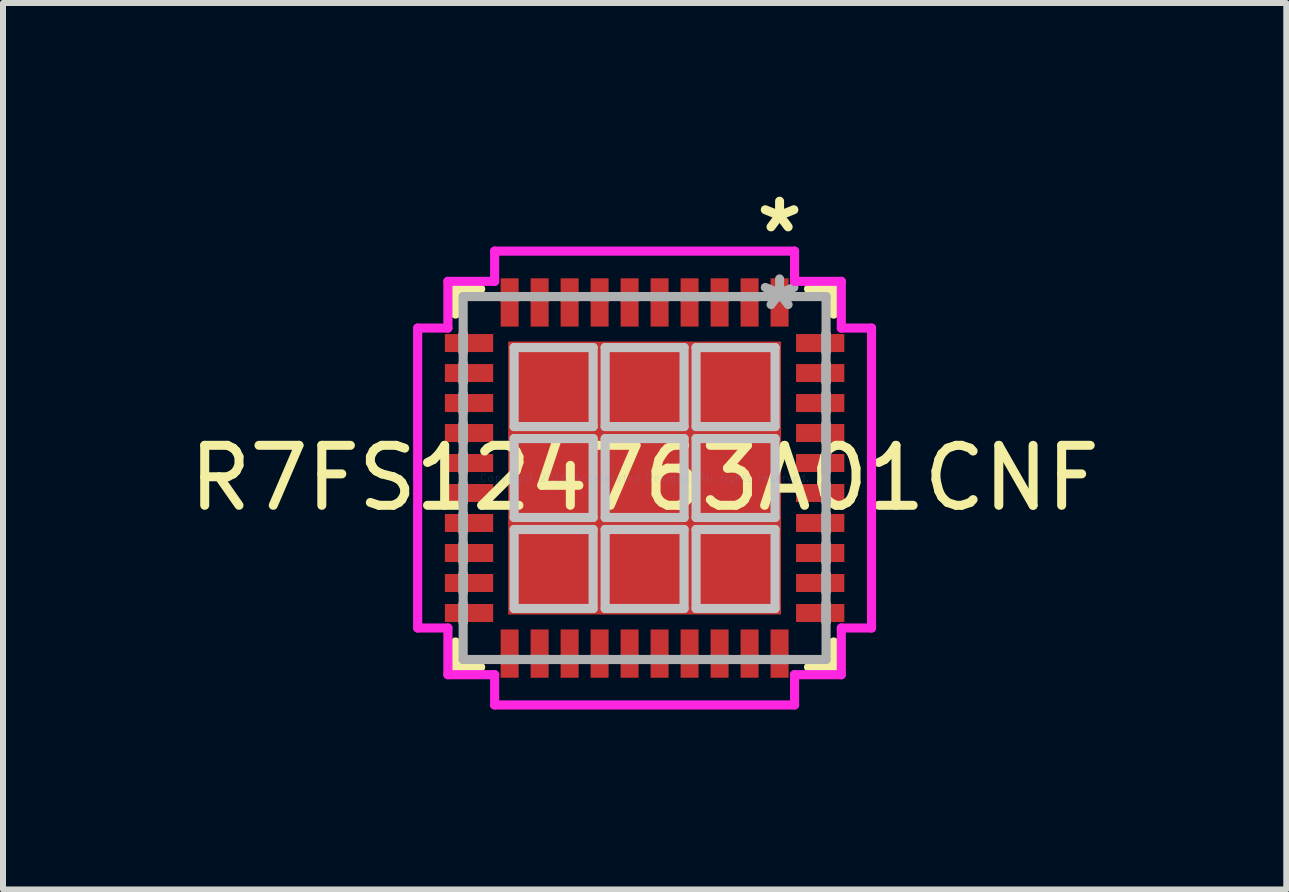
<source format=kicad_pcb>
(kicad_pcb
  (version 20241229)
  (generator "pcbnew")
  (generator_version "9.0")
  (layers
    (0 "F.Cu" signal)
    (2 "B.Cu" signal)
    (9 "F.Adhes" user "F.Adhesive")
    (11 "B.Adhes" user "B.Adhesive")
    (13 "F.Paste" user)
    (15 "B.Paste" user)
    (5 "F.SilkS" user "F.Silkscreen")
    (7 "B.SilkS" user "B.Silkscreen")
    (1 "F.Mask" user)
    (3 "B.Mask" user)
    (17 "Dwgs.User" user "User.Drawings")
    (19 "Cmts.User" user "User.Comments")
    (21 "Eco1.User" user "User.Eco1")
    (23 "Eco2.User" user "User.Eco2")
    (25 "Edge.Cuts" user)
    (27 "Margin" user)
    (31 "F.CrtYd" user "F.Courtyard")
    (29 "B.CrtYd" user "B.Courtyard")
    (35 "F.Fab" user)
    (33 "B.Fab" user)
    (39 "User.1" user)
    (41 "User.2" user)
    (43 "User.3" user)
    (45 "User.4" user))
  (footprint "R7FS124763A01CNF"
    (layer "F.Cu")
    (at 7.696 4.919)
    (property "Reference" "R7FS124763A01CNF" (at 0 0 0) (layer "F.SilkS") (effects (font (size 1 1) (thickness 0.15))))
    (attr through_hole)
    (fp_line (start -3.152 -3.152) (end -3.152 -2.733) (stroke (width 0.152) (type solid)) (layer "F.SilkS"))
    (fp_line (start -3.152 2.733) (end -3.152 3.152) (stroke (width 0.152) (type solid)) (layer "F.SilkS"))
    (fp_line (start -3.152 3.152) (end -2.733 3.152) (stroke (width 0.152) (type solid)) (layer "F.SilkS"))
    (fp_line (start -2.733 -3.152) (end -3.152 -3.152) (stroke (width 0.152) (type solid)) (layer "F.SilkS"))
    (fp_line (start 2.733 3.152) (end 3.152 3.152) (stroke (width 0.152) (type solid)) (layer "F.SilkS"))
    (fp_line (start 3.152 -3.152) (end 2.733 -3.152) (stroke (width 0.152) (type solid)) (layer "F.SilkS"))
    (fp_line (start 3.152 -2.733) (end 3.152 -3.152) (stroke (width 0.152) (type solid)) (layer "F.SilkS"))
    (fp_line (start 3.152 3.152) (end 3.152 2.733) (stroke (width 0.152) (type solid)) (layer "F.SilkS"))
    (fp_line (start -2.175 -2.175) (end -2.175 -0.858) (stroke (width 0.152) (type solid)) (layer "Dwgs.User"))
    (fp_line (start -2.175 -0.858) (end -0.858 -0.858) (stroke (width 0.152) (type solid)) (layer "Dwgs.User"))
    (fp_line (start -2.175 -0.658) (end -2.175 0.658) (stroke (width 0.152) (type solid)) (layer "Dwgs.User"))
    (fp_line (start -2.175 0.658) (end -0.858 0.658) (stroke (width 0.152) (type solid)) (layer "Dwgs.User"))
    (fp_line (start -2.175 0.858) (end -2.175 2.175) (stroke (width 0.152) (type solid)) (layer "Dwgs.User"))
    (fp_line (start -2.175 2.175) (end -0.858 2.175) (stroke (width 0.152) (type solid)) (layer "Dwgs.User"))
    (fp_line (start -0.858 -2.175) (end -2.175 -2.175) (stroke (width 0.152) (type solid)) (layer "Dwgs.User"))
    (fp_line (start -0.858 -0.858) (end -0.858 -2.175) (stroke (width 0.152) (type solid)) (layer "Dwgs.User"))
    (fp_line (start -0.858 -0.658) (end -2.175 -0.658) (stroke (width 0.152) (type solid)) (layer "Dwgs.User"))
    (fp_line (start -0.858 0.658) (end -0.858 -0.658) (stroke (width 0.152) (type solid)) (layer "Dwgs.User"))
    (fp_line (start -0.858 0.858) (end -2.175 0.858) (stroke (width 0.152) (type solid)) (layer "Dwgs.User"))
    (fp_line (start -0.858 2.175) (end -0.858 0.858) (stroke (width 0.152) (type solid)) (layer "Dwgs.User"))
    (fp_line (start -0.658 -2.175) (end -0.658 -0.858) (stroke (width 0.152) (type solid)) (layer "Dwgs.User"))
    (fp_line (start -0.658 -0.858) (end 0.658 -0.858) (stroke (width 0.152) (type solid)) (layer "Dwgs.User"))
    (fp_line (start -0.658 -0.658) (end -0.658 0.658) (stroke (width 0.152) (type solid)) (layer "Dwgs.User"))
    (fp_line (start -0.658 0.658) (end 0.658 0.658) (stroke (width 0.152) (type solid)) (layer "Dwgs.User"))
    (fp_line (start -0.658 0.858) (end -0.658 2.175) (stroke (width 0.152) (type solid)) (layer "Dwgs.User"))
    (fp_line (start -0.658 2.175) (end 0.658 2.175) (stroke (width 0.152) (type solid)) (layer "Dwgs.User"))
    (fp_line (start 0.658 -2.175) (end -0.658 -2.175) (stroke (width 0.152) (type solid)) (layer "Dwgs.User"))
    (fp_line (start 0.658 -0.858) (end 0.658 -2.175) (stroke (width 0.152) (type solid)) (layer "Dwgs.User"))
    (fp_line (start 0.658 -0.658) (end -0.658 -0.658) (stroke (width 0.152) (type solid)) (layer "Dwgs.User"))
    (fp_line (start 0.658 0.658) (end 0.658 -0.658) (stroke (width 0.152) (type solid)) (layer "Dwgs.User"))
    (fp_line (start 0.658 0.858) (end -0.658 0.858) (stroke (width 0.152) (type solid)) (layer "Dwgs.User"))
    (fp_line (start 0.658 2.175) (end 0.658 0.858) (stroke (width 0.152) (type solid)) (layer "Dwgs.User"))
    (fp_line (start 0.858 -2.175) (end 0.858 -0.858) (stroke (width 0.152) (type solid)) (layer "Dwgs.User"))
    (fp_line (start 0.858 -0.858) (end 2.175 -0.858) (stroke (width 0.152) (type solid)) (layer "Dwgs.User"))
    (fp_line (start 0.858 -0.658) (end 0.858 0.658) (stroke (width 0.152) (type solid)) (layer "Dwgs.User"))
    (fp_line (start 0.858 0.658) (end 2.175 0.658) (stroke (width 0.152) (type solid)) (layer "Dwgs.User"))
    (fp_line (start 0.858 0.858) (end 0.858 2.175) (stroke (width 0.152) (type solid)) (layer "Dwgs.User"))
    (fp_line (start 0.858 2.175) (end 2.175 2.175) (stroke (width 0.152) (type solid)) (layer "Dwgs.User"))
    (fp_line (start 2.175 -2.175) (end 0.858 -2.175) (stroke (width 0.152) (type solid)) (layer "Dwgs.User"))
    (fp_line (start 2.175 -0.858) (end 2.175 -2.175) (stroke (width 0.152) (type solid)) (layer "Dwgs.User"))
    (fp_line (start 2.175 -0.658) (end 0.858 -0.658) (stroke (width 0.152) (type solid)) (layer "Dwgs.User"))
    (fp_line (start 2.175 0.658) (end 2.175 -0.658) (stroke (width 0.152) (type solid)) (layer "Dwgs.User"))
    (fp_line (start 2.175 0.858) (end 0.858 0.858) (stroke (width 0.152) (type solid)) (layer "Dwgs.User"))
    (fp_line (start 2.175 2.175) (end 2.175 0.858) (stroke (width 0.152) (type solid)) (layer "Dwgs.User"))
    (fp_line (start -3.783 -2.5) (end -3.279 -2.5) (stroke (width 0.152) (type solid)) (layer "F.CrtYd"))
    (fp_line (start -3.783 2.5) (end -3.783 -2.5) (stroke (width 0.152) (type solid)) (layer "F.CrtYd"))
    (fp_line (start -3.279 -3.279) (end -2.5 -3.279) (stroke (width 0.152) (type solid)) (layer "F.CrtYd"))
    (fp_line (start -3.279 -2.5) (end -3.279 -3.279) (stroke (width 0.152) (type solid)) (layer "F.CrtYd"))
    (fp_line (start -3.279 2.5) (end -3.783 2.5) (stroke (width 0.152) (type solid)) (layer "F.CrtYd"))
    (fp_line (start -3.279 3.279) (end -3.279 2.5) (stroke (width 0.152) (type solid)) (layer "F.CrtYd"))
    (fp_line (start -2.5 -3.783) (end 2.5 -3.783) (stroke (width 0.152) (type solid)) (layer "F.CrtYd"))
    (fp_line (start -2.5 -3.279) (end -2.5 -3.783) (stroke (width 0.152) (type solid)) (layer "F.CrtYd"))
    (fp_line (start -2.5 3.279) (end -3.279 3.279) (stroke (width 0.152) (type solid)) (layer "F.CrtYd"))
    (fp_line (start -2.5 3.783) (end -2.5 3.279) (stroke (width 0.152) (type solid)) (layer "F.CrtYd"))
    (fp_line (start 2.5 -3.783) (end 2.5 -3.279) (stroke (width 0.152) (type solid)) (layer "F.CrtYd"))
    (fp_line (start 2.5 -3.279) (end 3.279 -3.279) (stroke (width 0.152) (type solid)) (layer "F.CrtYd"))
    (fp_line (start 2.5 3.279) (end 2.5 3.783) (stroke (width 0.152) (type solid)) (layer "F.CrtYd"))
    (fp_line (start 2.5 3.783) (end -2.5 3.783) (stroke (width 0.152) (type solid)) (layer "F.CrtYd"))
    (fp_line (start 3.279 -3.279) (end 3.279 -2.5) (stroke (width 0.152) (type solid)) (layer "F.CrtYd"))
    (fp_line (start 3.279 -2.5) (end 3.783 -2.5) (stroke (width 0.152) (type solid)) (layer "F.CrtYd"))
    (fp_line (start 3.279 2.5) (end 3.279 3.279) (stroke (width 0.152) (type solid)) (layer "F.CrtYd"))
    (fp_line (start 3.279 3.279) (end 2.5 3.279) (stroke (width 0.152) (type solid)) (layer "F.CrtYd"))
    (fp_line (start 3.783 -2.5) (end 3.783 2.5) (stroke (width 0.152) (type solid)) (layer "F.CrtYd"))
    (fp_line (start 3.783 2.5) (end 3.279 2.5) (stroke (width 0.152) (type solid)) (layer "F.CrtYd"))
    (fp_line (start -3.025 -3.025) (end -3.025 3.025) (stroke (width 0.152) (type solid)) (layer "F.Fab"))
    (fp_line (start -3.025 -2.4) (end -3.025 -2.4) (stroke (width 0.152) (type solid)) (layer "F.Fab"))
    (fp_line (start -3.025 -2.4) (end -3.025 -2.1) (stroke (width 0.152) (type solid)) (layer "F.Fab"))
    (fp_line (start -3.025 -2.1) (end -3.025 -2.4) (stroke (width 0.152) (type solid)) (layer "F.Fab"))
    (fp_line (start -3.025 -2.1) (end -3.025 -2.1) (stroke (width 0.152) (type solid)) (layer "F.Fab"))
    (fp_line (start -3.025 -1.9) (end -3.025 -1.9) (stroke (width 0.152) (type solid)) (layer "F.Fab"))
    (fp_line (start -3.025 -1.9) (end -3.025 -1.6) (stroke (width 0.152) (type solid)) (layer "F.Fab"))
    (fp_line (start -3.025 -1.6) (end -3.025 -1.9) (stroke (width 0.152) (type solid)) (layer "F.Fab"))
    (fp_line (start -3.025 -1.6) (end -3.025 -1.6) (stroke (width 0.152) (type solid)) (layer "F.Fab"))
    (fp_line (start -3.025 -1.4) (end -3.025 -1.4) (stroke (width 0.152) (type solid)) (layer "F.Fab"))
    (fp_line (start -3.025 -1.4) (end -3.025 -1.1) (stroke (width 0.152) (type solid)) (layer "F.Fab"))
    (fp_line (start -3.025 -1.1) (end -3.025 -1.4) (stroke (width 0.152) (type solid)) (layer "F.Fab"))
    (fp_line (start -3.025 -1.1) (end -3.025 -1.1) (stroke (width 0.152) (type solid)) (layer "F.Fab"))
    (fp_line (start -3.025 -0.9) (end -3.025 -0.9) (stroke (width 0.152) (type solid)) (layer "F.Fab"))
    (fp_line (start -3.025 -0.9) (end -3.025 -0.6) (stroke (width 0.152) (type solid)) (layer "F.Fab"))
    (fp_line (start -3.025 -0.6) (end -3.025 -0.9) (stroke (width 0.152) (type solid)) (layer "F.Fab"))
    (fp_line (start -3.025 -0.6) (end -3.025 -0.6) (stroke (width 0.152) (type solid)) (layer "F.Fab"))
    (fp_line (start -3.025 -0.4) (end -3.025 -0.4) (stroke (width 0.152) (type solid)) (layer "F.Fab"))
    (fp_line (start -3.025 -0.4) (end -3.025 -0.1) (stroke (width 0.152) (type solid)) (layer "F.Fab"))
    (fp_line (start -3.025 -0.1) (end -3.025 -0.4) (stroke (width 0.152) (type solid)) (layer "F.Fab"))
    (fp_line (start -3.025 -0.1) (end -3.025 -0.1) (stroke (width 0.152) (type solid)) (layer "F.Fab"))
    (fp_line (start -3.025 0.1) (end -3.025 0.1) (stroke (width 0.152) (type solid)) (layer "F.Fab"))
    (fp_line (start -3.025 0.1) (end -3.025 0.4) (stroke (width 0.152) (type solid)) (layer "F.Fab"))
    (fp_line (start -3.025 0.4) (end -3.025 0.1) (stroke (width 0.152) (type solid)) (layer "F.Fab"))
    (fp_line (start -3.025 0.4) (end -3.025 0.4) (stroke (width 0.152) (type solid)) (layer "F.Fab"))
    (fp_line (start -3.025 0.6) (end -3.025 0.6) (stroke (width 0.152) (type solid)) (layer "F.Fab"))
    (fp_line (start -3.025 0.6) (end -3.025 0.9) (stroke (width 0.152) (type solid)) (layer "F.Fab"))
    (fp_line (start -3.025 0.9) (end -3.025 0.6) (stroke (width 0.152) (type solid)) (layer "F.Fab"))
    (fp_line (start -3.025 0.9) (end -3.025 0.9) (stroke (width 0.152) (type solid)) (layer "F.Fab"))
    (fp_line (start -3.025 1.1) (end -3.025 1.1) (stroke (width 0.152) (type solid)) (layer "F.Fab"))
    (fp_line (start -3.025 1.1) (end -3.025 1.4) (stroke (width 0.152) (type solid)) (layer "F.Fab"))
    (fp_line (start -3.025 1.4) (end -3.025 1.1) (stroke (width 0.152) (type solid)) (layer "F.Fab"))
    (fp_line (start -3.025 1.4) (end -3.025 1.4) (stroke (width 0.152) (type solid)) (layer "F.Fab"))
    (fp_line (start -3.025 1.6) (end -3.025 1.6) (stroke (width 0.152) (type solid)) (layer "F.Fab"))
    (fp_line (start -3.025 1.6) (end -3.025 1.9) (stroke (width 0.152) (type solid)) (layer "F.Fab"))
    (fp_line (start -3.025 1.9) (end -3.025 1.6) (stroke (width 0.152) (type solid)) (layer "F.Fab"))
    (fp_line (start -3.025 1.9) (end -3.025 1.9) (stroke (width 0.152) (type solid)) (layer "F.Fab"))
    (fp_line (start -3.025 2.1) (end -3.025 2.1) (stroke (width 0.152) (type solid)) (layer "F.Fab"))
    (fp_line (start -3.025 2.1) (end -3.025 2.4) (stroke (width 0.152) (type solid)) (layer "F.Fab"))
    (fp_line (start -3.025 2.4) (end -3.025 2.1) (stroke (width 0.152) (type solid)) (layer "F.Fab"))
    (fp_line (start -3.025 2.4) (end -3.025 2.4) (stroke (width 0.152) (type solid)) (layer "F.Fab"))
    (fp_line (start -3.025 3.025) (end 3.025 3.025) (stroke (width 0.152) (type solid)) (layer "F.Fab"))
    (fp_line (start -2.4 -3.025) (end -2.4 -3.025) (stroke (width 0.152) (type solid)) (layer "F.Fab"))
    (fp_line (start -2.4 -3.025) (end -2.1 -3.025) (stroke (width 0.152) (type solid)) (layer "F.Fab"))
    (fp_line (start -2.4 3.025) (end -2.4 3.025) (stroke (width 0.152) (type solid)) (layer "F.Fab"))
    (fp_line (start -2.4 3.025) (end -2.1 3.025) (stroke (width 0.152) (type solid)) (layer "F.Fab"))
    (fp_line (start -2.1 -3.025) (end -2.4 -3.025) (stroke (width 0.152) (type solid)) (layer "F.Fab"))
    (fp_line (start -2.1 -3.025) (end -2.1 -3.025) (stroke (width 0.152) (type solid)) (layer "F.Fab"))
    (fp_line (start -2.1 3.025) (end -2.4 3.025) (stroke (width 0.152) (type solid)) (layer "F.Fab"))
    (fp_line (start -2.1 3.025) (end -2.1 3.025) (stroke (width 0.152) (type solid)) (layer "F.Fab"))
    (fp_line (start -1.9 -3.025) (end -1.9 -3.025) (stroke (width 0.152) (type solid)) (layer "F.Fab"))
    (fp_line (start -1.9 -3.025) (end -1.6 -3.025) (stroke (width 0.152) (type solid)) (layer "F.Fab"))
    (fp_line (start -1.9 3.025) (end -1.9 3.025) (stroke (width 0.152) (type solid)) (layer "F.Fab"))
    (fp_line (start -1.9 3.025) (end -1.6 3.025) (stroke (width 0.152) (type solid)) (layer "F.Fab"))
    (fp_line (start -1.6 -3.025) (end -1.9 -3.025) (stroke (width 0.152) (type solid)) (layer "F.Fab"))
    (fp_line (start -1.6 -3.025) (end -1.6 -3.025) (stroke (width 0.152) (type solid)) (layer "F.Fab"))
    (fp_line (start -1.6 3.025) (end -1.9 3.025) (stroke (width 0.152) (type solid)) (layer "F.Fab"))
    (fp_line (start -1.6 3.025) (end -1.6 3.025) (stroke (width 0.152) (type solid)) (layer "F.Fab"))
    (fp_line (start -1.4 -3.025) (end -1.4 -3.025) (stroke (width 0.152) (type solid)) (layer "F.Fab"))
    (fp_line (start -1.4 -3.025) (end -1.1 -3.025) (stroke (width 0.152) (type solid)) (layer "F.Fab"))
    (fp_line (start -1.4 3.025) (end -1.4 3.025) (stroke (width 0.152) (type solid)) (layer "F.Fab"))
    (fp_line (start -1.4 3.025) (end -1.1 3.025) (stroke (width 0.152) (type solid)) (layer "F.Fab"))
    (fp_line (start -1.1 -3.025) (end -1.4 -3.025) (stroke (width 0.152) (type solid)) (layer "F.Fab"))
    (fp_line (start -1.1 -3.025) (end -1.1 -3.025) (stroke (width 0.152) (type solid)) (layer "F.Fab"))
    (fp_line (start -1.1 3.025) (end -1.4 3.025) (stroke (width 0.152) (type solid)) (layer "F.Fab"))
    (fp_line (start -1.1 3.025) (end -1.1 3.025) (stroke (width 0.152) (type solid)) (layer "F.Fab"))
    (fp_line (start -0.9 -3.025) (end -0.9 -3.025) (stroke (width 0.152) (type solid)) (layer "F.Fab"))
    (fp_line (start -0.9 -3.025) (end -0.6 -3.025) (stroke (width 0.152) (type solid)) (layer "F.Fab"))
    (fp_line (start -0.9 3.025) (end -0.9 3.025) (stroke (width 0.152) (type solid)) (layer "F.Fab"))
    (fp_line (start -0.9 3.025) (end -0.6 3.025) (stroke (width 0.152) (type solid)) (layer "F.Fab"))
    (fp_line (start -0.6 -3.025) (end -0.9 -3.025) (stroke (width 0.152) (type solid)) (layer "F.Fab"))
    (fp_line (start -0.6 -3.025) (end -0.6 -3.025) (stroke (width 0.152) (type solid)) (layer "F.Fab"))
    (fp_line (start -0.6 3.025) (end -0.9 3.025) (stroke (width 0.152) (type solid)) (layer "F.Fab"))
    (fp_line (start -0.6 3.025) (end -0.6 3.025) (stroke (width 0.152) (type solid)) (layer "F.Fab"))
    (fp_line (start -0.4 -3.025) (end -0.4 -3.025) (stroke (width 0.152) (type solid)) (layer "F.Fab"))
    (fp_line (start -0.4 -3.025) (end -0.1 -3.025) (stroke (width 0.152) (type solid)) (layer "F.Fab"))
    (fp_line (start -0.4 3.025) (end -0.4 3.025) (stroke (width 0.152) (type solid)) (layer "F.Fab"))
    (fp_line (start -0.4 3.025) (end -0.1 3.025) (stroke (width 0.152) (type solid)) (layer "F.Fab"))
    (fp_line (start -0.1 -3.025) (end -0.4 -3.025) (stroke (width 0.152) (type solid)) (layer "F.Fab"))
    (fp_line (start -0.1 -3.025) (end -0.1 -3.025) (stroke (width 0.152) (type solid)) (layer "F.Fab"))
    (fp_line (start -0.1 3.025) (end -0.4 3.025) (stroke (width 0.152) (type solid)) (layer "F.Fab"))
    (fp_line (start -0.1 3.025) (end -0.1 3.025) (stroke (width 0.152) (type solid)) (layer "F.Fab"))
    (fp_line (start 0.1 -3.025) (end 0.1 -3.025) (stroke (width 0.152) (type solid)) (layer "F.Fab"))
    (fp_line (start 0.1 -3.025) (end 0.4 -3.025) (stroke (width 0.152) (type solid)) (layer "F.Fab"))
    (fp_line (start 0.1 3.025) (end 0.1 3.025) (stroke (width 0.152) (type solid)) (layer "F.Fab"))
    (fp_line (start 0.1 3.025) (end 0.4 3.025) (stroke (width 0.152) (type solid)) (layer "F.Fab"))
    (fp_line (start 0.4 -3.025) (end 0.1 -3.025) (stroke (width 0.152) (type solid)) (layer "F.Fab"))
    (fp_line (start 0.4 -3.025) (end 0.4 -3.025) (stroke (width 0.152) (type solid)) (layer "F.Fab"))
    (fp_line (start 0.4 3.025) (end 0.1 3.025) (stroke (width 0.152) (type solid)) (layer "F.Fab"))
    (fp_line (start 0.4 3.025) (end 0.4 3.025) (stroke (width 0.152) (type solid)) (layer "F.Fab"))
    (fp_line (start 0.6 -3.025) (end 0.6 -3.025) (stroke (width 0.152) (type solid)) (layer "F.Fab"))
    (fp_line (start 0.6 -3.025) (end 0.9 -3.025) (stroke (width 0.152) (type solid)) (layer "F.Fab"))
    (fp_line (start 0.6 3.025) (end 0.6 3.025) (stroke (width 0.152) (type solid)) (layer "F.Fab"))
    (fp_line (start 0.6 3.025) (end 0.9 3.025) (stroke (width 0.152) (type solid)) (layer "F.Fab"))
    (fp_line (start 0.9 -3.025) (end 0.6 -3.025) (stroke (width 0.152) (type solid)) (layer "F.Fab"))
    (fp_line (start 0.9 -3.025) (end 0.9 -3.025) (stroke (width 0.152) (type solid)) (layer "F.Fab"))
    (fp_line (start 0.9 3.025) (end 0.6 3.025) (stroke (width 0.152) (type solid)) (layer "F.Fab"))
    (fp_line (start 0.9 3.025) (end 0.9 3.025) (stroke (width 0.152) (type solid)) (layer "F.Fab"))
    (fp_line (start 1.1 -3.025) (end 1.1 -3.025) (stroke (width 0.152) (type solid)) (layer "F.Fab"))
    (fp_line (start 1.1 -3.025) (end 1.4 -3.025) (stroke (width 0.152) (type solid)) (layer "F.Fab"))
    (fp_line (start 1.1 3.025) (end 1.1 3.025) (stroke (width 0.152) (type solid)) (layer "F.Fab"))
    (fp_line (start 1.1 3.025) (end 1.4 3.025) (stroke (width 0.152) (type solid)) (layer "F.Fab"))
    (fp_line (start 1.4 -3.025) (end 1.1 -3.025) (stroke (width 0.152) (type solid)) (layer "F.Fab"))
    (fp_line (start 1.4 -3.025) (end 1.4 -3.025) (stroke (width 0.152) (type solid)) (layer "F.Fab"))
    (fp_line (start 1.4 3.025) (end 1.1 3.025) (stroke (width 0.152) (type solid)) (layer "F.Fab"))
    (fp_line (start 1.4 3.025) (end 1.4 3.025) (stroke (width 0.152) (type solid)) (layer "F.Fab"))
    (fp_line (start 1.6 -3.025) (end 1.6 -3.025) (stroke (width 0.152) (type solid)) (layer "F.Fab"))
    (fp_line (start 1.6 -3.025) (end 1.9 -3.025) (stroke (width 0.152) (type solid)) (layer "F.Fab"))
    (fp_line (start 1.6 3.025) (end 1.6 3.025) (stroke (width 0.152) (type solid)) (layer "F.Fab"))
    (fp_line (start 1.6 3.025) (end 1.9 3.025) (stroke (width 0.152) (type solid)) (layer "F.Fab"))
    (fp_line (start 1.9 -3.025) (end 1.6 -3.025) (stroke (width 0.152) (type solid)) (layer "F.Fab"))
    (fp_line (start 1.9 -3.025) (end 1.9 -3.025) (stroke (width 0.152) (type solid)) (layer "F.Fab"))
    (fp_line (start 1.9 3.025) (end 1.6 3.025) (stroke (width 0.152) (type solid)) (layer "F.Fab"))
    (fp_line (start 1.9 3.025) (end 1.9 3.025) (stroke (width 0.152) (type solid)) (layer "F.Fab"))
    (fp_line (start 2.1 -3.025) (end 2.1 -3.025) (stroke (width 0.152) (type solid)) (layer "F.Fab"))
    (fp_line (start 2.1 -3.025) (end 2.4 -3.025) (stroke (width 0.152) (type solid)) (layer "F.Fab"))
    (fp_line (start 2.1 3.025) (end 2.1 3.025) (stroke (width 0.152) (type solid)) (layer "F.Fab"))
    (fp_line (start 2.1 3.025) (end 2.4 3.025) (stroke (width 0.152) (type solid)) (layer "F.Fab"))
    (fp_line (start 2.4 -3.025) (end 2.1 -3.025) (stroke (width 0.152) (type solid)) (layer "F.Fab"))
    (fp_line (start 2.4 -3.025) (end 2.4 -3.025) (stroke (width 0.152) (type solid)) (layer "F.Fab"))
    (fp_line (start 2.4 3.025) (end 2.1 3.025) (stroke (width 0.152) (type solid)) (layer "F.Fab"))
    (fp_line (start 2.4 3.025) (end 2.4 3.025) (stroke (width 0.152) (type solid)) (layer "F.Fab"))
    (fp_line (start 3.025 -3.025) (end -3.025 -3.025) (stroke (width 0.152) (type solid)) (layer "F.Fab"))
    (fp_line (start 3.025 -2.4) (end 3.025 -2.4) (stroke (width 0.152) (type solid)) (layer "F.Fab"))
    (fp_line (start 3.025 -2.4) (end 3.025 -2.1) (stroke (width 0.152) (type solid)) (layer "F.Fab"))
    (fp_line (start 3.025 -2.1) (end 3.025 -2.4) (stroke (width 0.152) (type solid)) (layer "F.Fab"))
    (fp_line (start 3.025 -2.1) (end 3.025 -2.1) (stroke (width 0.152) (type solid)) (layer "F.Fab"))
    (fp_line (start 3.025 -1.9) (end 3.025 -1.9) (stroke (width 0.152) (type solid)) (layer "F.Fab"))
    (fp_line (start 3.025 -1.9) (end 3.025 -1.6) (stroke (width 0.152) (type solid)) (layer "F.Fab"))
    (fp_line (start 3.025 -1.6) (end 3.025 -1.9) (stroke (width 0.152) (type solid)) (layer "F.Fab"))
    (fp_line (start 3.025 -1.6) (end 3.025 -1.6) (stroke (width 0.152) (type solid)) (layer "F.Fab"))
    (fp_line (start 3.025 -1.4) (end 3.025 -1.4) (stroke (width 0.152) (type solid)) (layer "F.Fab"))
    (fp_line (start 3.025 -1.4) (end 3.025 -1.1) (stroke (width 0.152) (type solid)) (layer "F.Fab"))
    (fp_line (start 3.025 -1.1) (end 3.025 -1.4) (stroke (width 0.152) (type solid)) (layer "F.Fab"))
    (fp_line (start 3.025 -1.1) (end 3.025 -1.1) (stroke (width 0.152) (type solid)) (layer "F.Fab"))
    (fp_line (start 3.025 -0.9) (end 3.025 -0.9) (stroke (width 0.152) (type solid)) (layer "F.Fab"))
    (fp_line (start 3.025 -0.9) (end 3.025 -0.6) (stroke (width 0.152) (type solid)) (layer "F.Fab"))
    (fp_line (start 3.025 -0.6) (end 3.025 -0.9) (stroke (width 0.152) (type solid)) (layer "F.Fab"))
    (fp_line (start 3.025 -0.6) (end 3.025 -0.6) (stroke (width 0.152) (type solid)) (layer "F.Fab"))
    (fp_line (start 3.025 -0.4) (end 3.025 -0.4) (stroke (width 0.152) (type solid)) (layer "F.Fab"))
    (fp_line (start 3.025 -0.4) (end 3.025 -0.1) (stroke (width 0.152) (type solid)) (layer "F.Fab"))
    (fp_line (start 3.025 -0.1) (end 3.025 -0.4) (stroke (width 0.152) (type solid)) (layer "F.Fab"))
    (fp_line (start 3.025 -0.1) (end 3.025 -0.1) (stroke (width 0.152) (type solid)) (layer "F.Fab"))
    (fp_line (start 3.025 0.1) (end 3.025 0.1) (stroke (width 0.152) (type solid)) (layer "F.Fab"))
    (fp_line (start 3.025 0.1) (end 3.025 0.4) (stroke (width 0.152) (type solid)) (layer "F.Fab"))
    (fp_line (start 3.025 0.4) (end 3.025 0.1) (stroke (width 0.152) (type solid)) (layer "F.Fab"))
    (fp_line (start 3.025 0.4) (end 3.025 0.4) (stroke (width 0.152) (type solid)) (layer "F.Fab"))
    (fp_line (start 3.025 0.6) (end 3.025 0.6) (stroke (width 0.152) (type solid)) (layer "F.Fab"))
    (fp_line (start 3.025 0.6) (end 3.025 0.9) (stroke (width 0.152) (type solid)) (layer "F.Fab"))
    (fp_line (start 3.025 0.9) (end 3.025 0.6) (stroke (width 0.152) (type solid)) (layer "F.Fab"))
    (fp_line (start 3.025 0.9) (end 3.025 0.9) (stroke (width 0.152) (type solid)) (layer "F.Fab"))
    (fp_line (start 3.025 1.1) (end 3.025 1.1) (stroke (width 0.152) (type solid)) (layer "F.Fab"))
    (fp_line (start 3.025 1.1) (end 3.025 1.4) (stroke (width 0.152) (type solid)) (layer "F.Fab"))
    (fp_line (start 3.025 1.4) (end 3.025 1.1) (stroke (width 0.152) (type solid)) (layer "F.Fab"))
    (fp_line (start 3.025 1.4) (end 3.025 1.4) (stroke (width 0.152) (type solid)) (layer "F.Fab"))
    (fp_line (start 3.025 1.6) (end 3.025 1.6) (stroke (width 0.152) (type solid)) (layer "F.Fab"))
    (fp_line (start 3.025 1.6) (end 3.025 1.9) (stroke (width 0.152) (type solid)) (layer "F.Fab"))
    (fp_line (start 3.025 1.9) (end 3.025 1.6) (stroke (width 0.152) (type solid)) (layer "F.Fab"))
    (fp_line (start 3.025 1.9) (end 3.025 1.9) (stroke (width 0.152) (type solid)) (layer "F.Fab"))
    (fp_line (start 3.025 2.1) (end 3.025 2.1) (stroke (width 0.152) (type solid)) (layer "F.Fab"))
    (fp_line (start 3.025 2.1) (end 3.025 2.4) (stroke (width 0.152) (type solid)) (layer "F.Fab"))
    (fp_line (start 3.025 2.4) (end 3.025 2.1) (stroke (width 0.152) (type solid)) (layer "F.Fab"))
    (fp_line (start 3.025 2.4) (end 3.025 2.4) (stroke (width 0.152) (type solid)) (layer "F.Fab"))
    (fp_line (start 3.025 3.025) (end 3.025 -3.025) (stroke (width 0.152) (type solid)) (layer "F.Fab"))
    (fp_text user "*" (at 2.25 -4.07 0) (layer "F.SilkS") (effects (font (size 1 1) (thickness 0.15))))
    (fp_text user "Copyright 2016 Accelerated Designs. All rights reserved." (at 0 0 0) (layer "Cmts.User") (effects (font (size 0.127 0.127) (thickness 0.002))))
    (fp_text user "*" (at 2.25 -2.775 0) (layer "F.Fab") (effects (font (size 1 1) (thickness 0.15))))
    (pad "1" smd rect (at 2.25 -2.927) (size 0.3 0.805) (layers "F.Cu" "F.Mask" "F.Paste"))
    (pad "2" smd rect (at 1.75 -2.927) (size 0.3 0.805) (layers "F.Cu" "F.Mask" "F.Paste"))
    (pad "3" smd rect (at 1.25 -2.927) (size 0.3 0.805) (layers "F.Cu" "F.Mask" "F.Paste"))
    (pad "4" smd rect (at 0.75 -2.927) (size 0.3 0.805) (layers "F.Cu" "F.Mask" "F.Paste"))
    (pad "5" smd rect (at 0.25 -2.927) (size 0.3 0.805) (layers "F.Cu" "F.Mask" "F.Paste"))
    (pad "6" smd rect (at -0.25 -2.927) (size 0.3 0.805) (layers "F.Cu" "F.Mask" "F.Paste"))
    (pad "7" smd rect (at -0.75 -2.927) (size 0.3 0.805) (layers "F.Cu" "F.Mask" "F.Paste"))
    (pad "8" smd rect (at -1.25 -2.927) (size 0.3 0.805) (layers "F.Cu" "F.Mask" "F.Paste"))
    (pad "9" smd rect (at -1.75 -2.927) (size 0.3 0.805) (layers "F.Cu" "F.Mask" "F.Paste"))
    (pad "10" smd rect (at -2.25 -2.927) (size 0.3 0.805) (layers "F.Cu" "F.Mask" "F.Paste"))
    (pad "11" smd rect (at -2.927 -2.25 90) (size 0.3 0.805) (layers "F.Cu" "F.Mask" "F.Paste"))
    (pad "12" smd rect (at -2.927 -1.75 90) (size 0.3 0.805) (layers "F.Cu" "F.Mask" "F.Paste"))
    (pad "13" smd rect (at -2.927 -1.25 90) (size 0.3 0.805) (layers "F.Cu" "F.Mask" "F.Paste"))
    (pad "14" smd rect (at -2.927 -0.75 90) (size 0.3 0.805) (layers "F.Cu" "F.Mask" "F.Paste"))
    (pad "15" smd rect (at -2.927 -0.25 90) (size 0.3 0.805) (layers "F.Cu" "F.Mask" "F.Paste"))
    (pad "16" smd rect (at -2.927 0.25 90) (size 0.3 0.805) (layers "F.Cu" "F.Mask" "F.Paste"))
    (pad "17" smd rect (at -2.927 0.75 90) (size 0.3 0.805) (layers "F.Cu" "F.Mask" "F.Paste"))
    (pad "18" smd rect (at -2.927 1.25 90) (size 0.3 0.805) (layers "F.Cu" "F.Mask" "F.Paste"))
    (pad "19" smd rect (at -2.927 1.75 90) (size 0.3 0.805) (layers "F.Cu" "F.Mask" "F.Paste"))
    (pad "20" smd rect (at -2.927 2.25 90) (size 0.3 0.805) (layers "F.Cu" "F.Mask" "F.Paste"))
    (pad "21" smd rect (at -2.25 2.927) (size 0.3 0.805) (layers "F.Cu" "F.Mask" "F.Paste"))
    (pad "22" smd rect (at -1.75 2.927) (size 0.3 0.805) (layers "F.Cu" "F.Mask" "F.Paste"))
    (pad "23" smd rect (at -1.25 2.927) (size 0.3 0.805) (layers "F.Cu" "F.Mask" "F.Paste"))
    (pad "24" smd rect (at -0.75 2.927) (size 0.3 0.805) (layers "F.Cu" "F.Mask" "F.Paste"))
    (pad "25" smd rect (at -0.25 2.927) (size 0.3 0.805) (layers "F.Cu" "F.Mask" "F.Paste"))
    (pad "26" smd rect (at 0.25 2.927) (size 0.3 0.805) (layers "F.Cu" "F.Mask" "F.Paste"))
    (pad "27" smd rect (at 0.75 2.927) (size 0.3 0.805) (layers "F.Cu" "F.Mask" "F.Paste"))
    (pad "28" smd rect (at 1.25 2.927) (size 0.3 0.805) (layers "F.Cu" "F.Mask" "F.Paste"))
    (pad "29" smd rect (at 1.75 2.927) (size 0.3 0.805) (layers "F.Cu" "F.Mask" "F.Paste"))
    (pad "30" smd rect (at 2.25 2.927) (size 0.3 0.805) (layers "F.Cu" "F.Mask" "F.Paste"))
    (pad "31" smd rect (at 2.927 2.25 90) (size 0.3 0.805) (layers "F.Cu" "F.Mask" "F.Paste"))
    (pad "32" smd rect (at 2.927 1.75 90) (size 0.3 0.805) (layers "F.Cu" "F.Mask" "F.Paste"))
    (pad "33" smd rect (at 2.927 1.25 90) (size 0.3 0.805) (layers "F.Cu" "F.Mask" "F.Paste"))
    (pad "34" smd rect (at 2.927 0.75 90) (size 0.3 0.805) (layers "F.Cu" "F.Mask" "F.Paste"))
    (pad "35" smd rect (at 2.927 0.25 90) (size 0.3 0.805) (layers "F.Cu" "F.Mask" "F.Paste"))
    (pad "36" smd rect (at 2.927 -0.25 90) (size 0.3 0.805) (layers "F.Cu" "F.Mask" "F.Paste"))
    (pad "37" smd rect (at 2.927 -0.75 90) (size 0.3 0.805) (layers "F.Cu" "F.Mask" "F.Paste"))
    (pad "38" smd rect (at 2.927 -1.25 90) (size 0.3 0.805) (layers "F.Cu" "F.Mask" "F.Paste"))
    (pad "39" smd rect (at 2.927 -1.75 90) (size 0.3 0.805) (layers "F.Cu" "F.Mask" "F.Paste"))
    (pad "40" smd rect (at 2.927 -2.25 90) (size 0.3 0.805) (layers "F.Cu" "F.Mask" "F.Paste"))
    (pad "HTAB" smd rect (at 0 0) (size 4.55 4.55) (layers "F.Cu" "F.Mask" "F.Paste")))
  (gr_rect
    (start -3 -3)
    (end 18.393 11.778)
    (stroke (width 0.1) (type default))
    (fill no)
    (layer "Edge.Cuts")))
</source>
